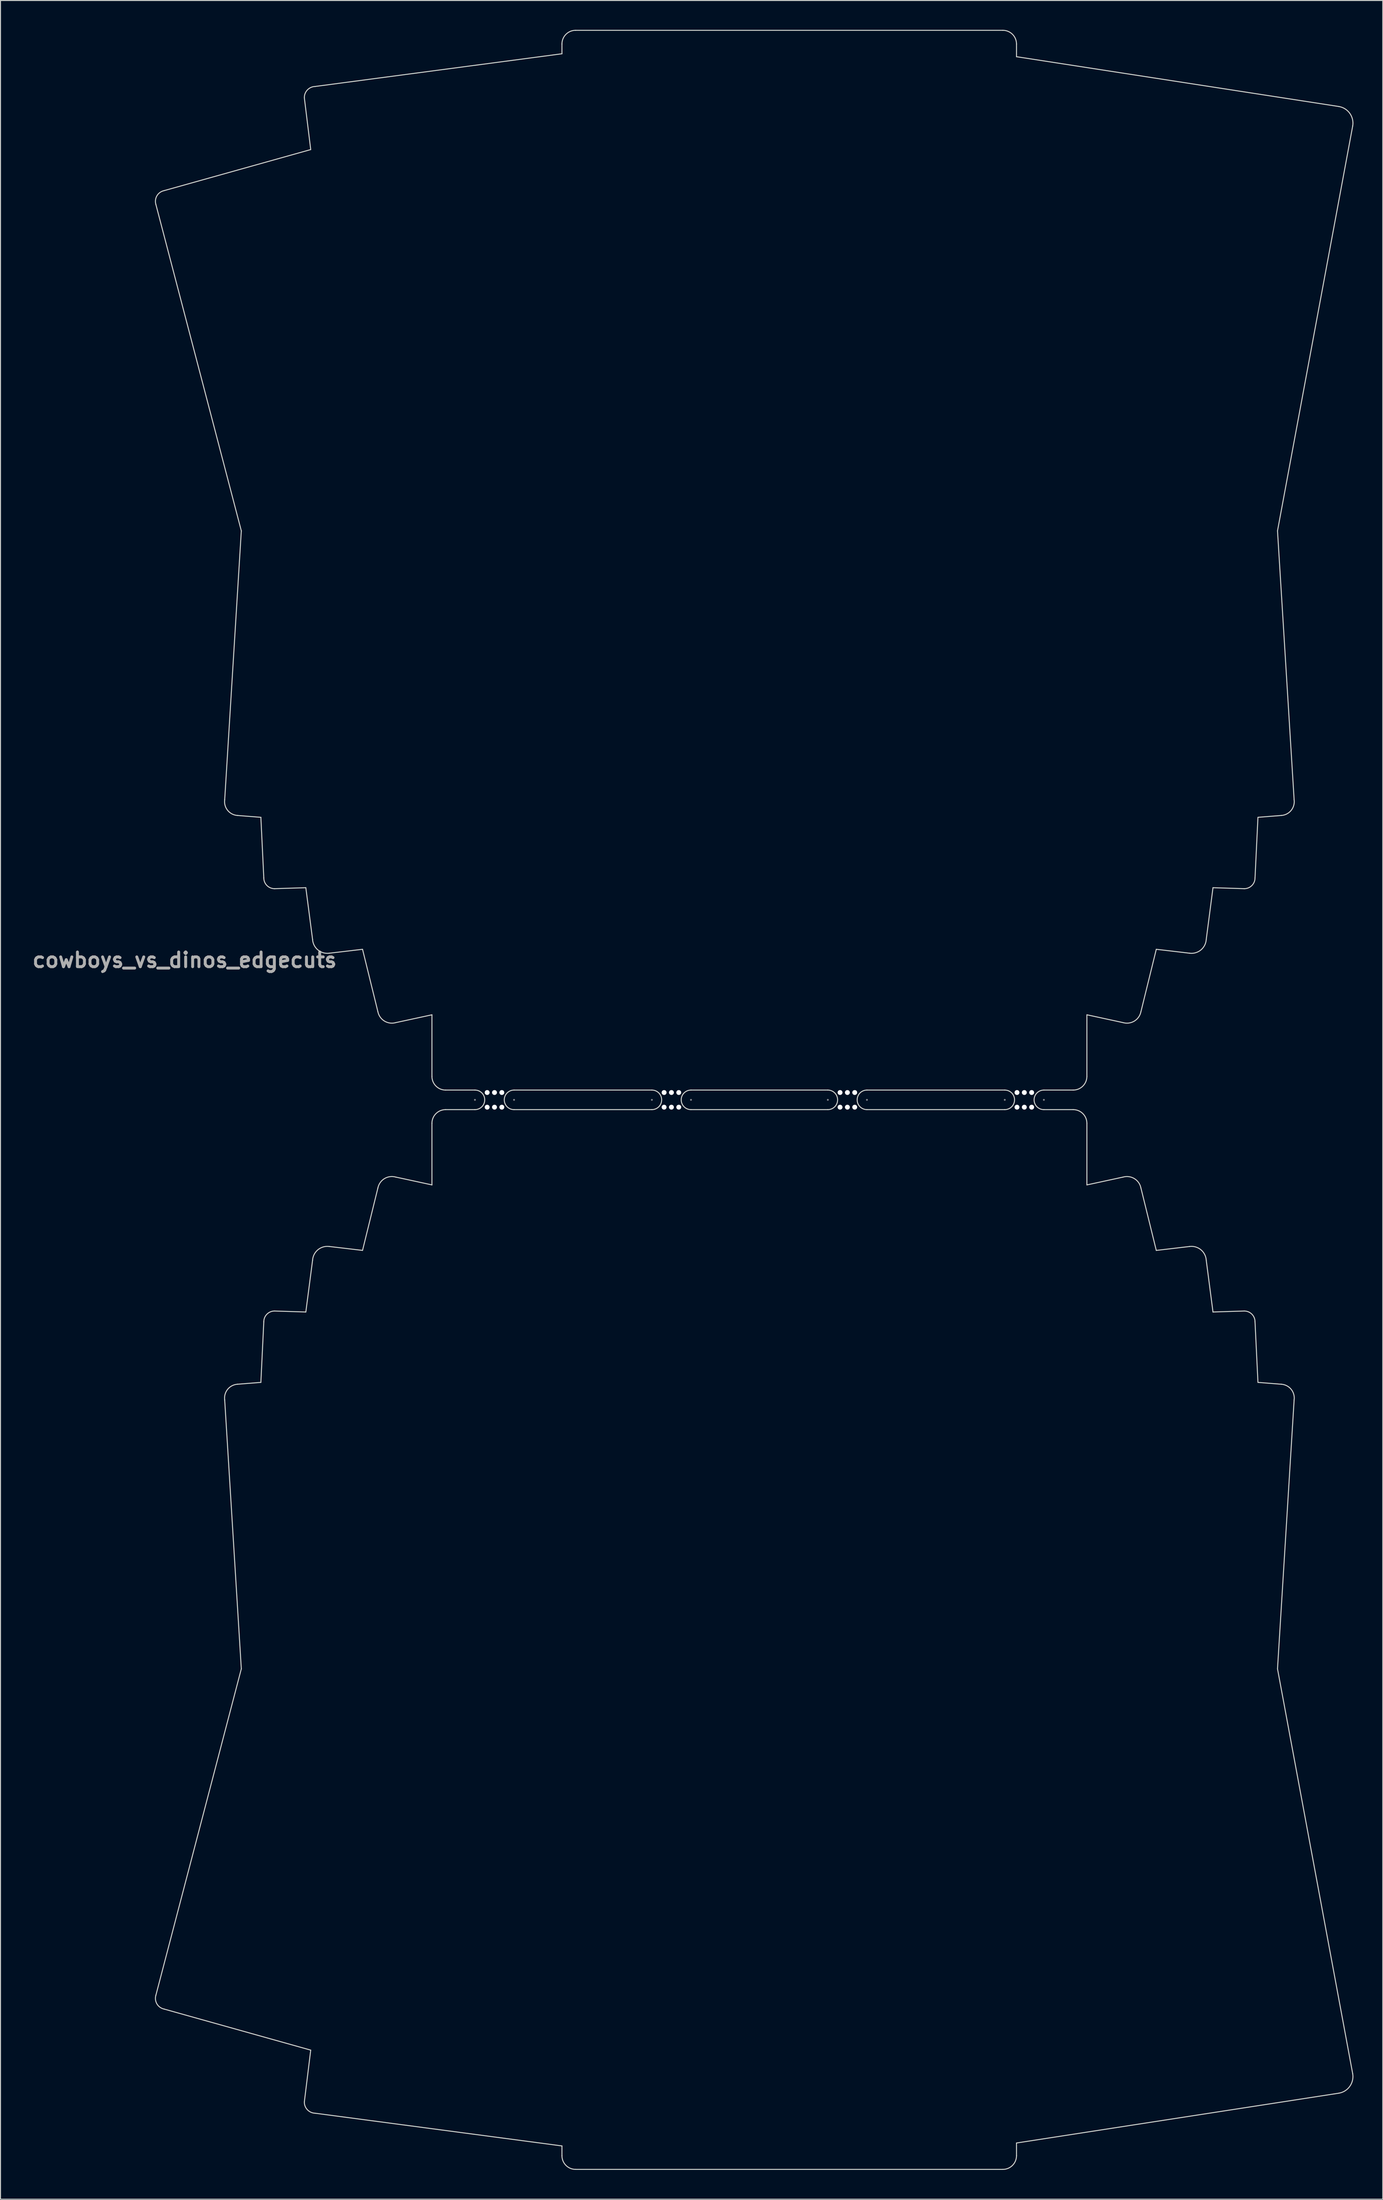
<source format=kicad_pcb>
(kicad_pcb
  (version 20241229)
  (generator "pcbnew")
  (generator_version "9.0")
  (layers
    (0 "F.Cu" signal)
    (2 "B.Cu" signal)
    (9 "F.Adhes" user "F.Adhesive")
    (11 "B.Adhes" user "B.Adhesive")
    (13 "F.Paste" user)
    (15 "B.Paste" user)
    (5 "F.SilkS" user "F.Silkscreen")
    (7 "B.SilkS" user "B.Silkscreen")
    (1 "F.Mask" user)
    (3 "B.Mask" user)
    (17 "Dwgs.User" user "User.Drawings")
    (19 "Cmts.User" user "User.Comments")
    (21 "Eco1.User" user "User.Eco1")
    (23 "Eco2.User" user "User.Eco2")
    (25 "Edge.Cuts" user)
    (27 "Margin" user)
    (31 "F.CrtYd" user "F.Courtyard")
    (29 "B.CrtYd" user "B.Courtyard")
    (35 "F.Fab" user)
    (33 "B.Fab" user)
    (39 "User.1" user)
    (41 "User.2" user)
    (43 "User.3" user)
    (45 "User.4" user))
  (footprint "cowboys_vs_dinos_edgecuts"
    (layer "F.Cu")
    (at 74.636 53.45)
    (property "Reference" "cowboys_vs_dinos_edgecuts" (at -58.8 41.7 0) (layer "F.Fab") (effects (font (size 1.5 1.5) (thickness 0.3))))
    (attr board_only exclude_from_pos_files exclude_from_bom)
    (fp_circle (center -29.1 56) (end -29.1 55.94) (stroke (width 0.05) (type solid)) (fill no) (layer "Dwgs.User"))
    (fp_circle (center -25.1 56) (end -25.04 56) (stroke (width 0.05) (type solid)) (fill no) (layer "Dwgs.User"))
    (fp_circle (center -11 56) (end -11 55.94) (stroke (width 0.05) (type solid)) (fill no) (layer "Dwgs.User"))
    (fp_circle (center -7 56) (end -6.94 56) (stroke (width 0.05) (type solid)) (fill no) (layer "Dwgs.User"))
    (fp_circle (center 7 56) (end 7 55.94) (stroke (width 0.05) (type solid)) (fill no) (layer "Dwgs.User"))
    (fp_circle (center 11 56) (end 11.06 56) (stroke (width 0.05) (type solid)) (fill no) (layer "Dwgs.User"))
    (fp_circle (center 25.1 56) (end 25.1 55.94) (stroke (width 0.05) (type solid)) (fill no) (layer "Dwgs.User"))
    (fp_circle (center 29.1 56) (end 29.16 56) (stroke (width 0.05) (type solid)) (fill no) (layer "Dwgs.User"))
    (fp_line (start -29.1 56) (end -29.1 56) (stroke (width 2) (type solid)) (layer "Eco1.User"))
    (fp_line (start -25.1 56) (end -25.1 56) (stroke (width 2) (type solid)) (layer "Eco1.User"))
    (fp_line (start -11 56) (end -11 56) (stroke (width 2) (type solid)) (layer "Eco1.User"))
    (fp_line (start -7 56) (end -7 56) (stroke (width 2) (type solid)) (layer "Eco1.User"))
    (fp_line (start 7 56) (end 7 56) (stroke (width 2) (type solid)) (layer "Eco1.User"))
    (fp_line (start 11 56) (end 11 56) (stroke (width 2) (type solid)) (layer "Eco1.User"))
    (fp_line (start 25.1 56) (end 25.1 56) (stroke (width 2) (type solid)) (layer "Eco1.User"))
    (fp_line (start 29.1 56) (end 29.1 56) (stroke (width 2) (type solid)) (layer "Eco1.User"))
    (fp_line (start -61.738 -35.583) (end -53 -2.2) (stroke (width 0.1) (type default)) (layer "Edge.Cuts"))
    (fp_line (start -61.738 147.583) (end -53 114.2) (stroke (width 0.1) (type default)) (layer "Edge.Cuts"))
    (fp_line (start -53.394 26.911) (end -51 27.1) (stroke (width 0.1) (type default)) (layer "Edge.Cuts"))
    (fp_line (start -53.394 85.089) (end -51 84.9) (stroke (width 0.1) (type default)) (layer "Edge.Cuts"))
    (fp_line (start -53 -2.2) (end -54.7 25.301) (stroke (width 0.1) (type default)) (layer "Edge.Cuts"))
    (fp_line (start -53 114.2) (end -54.7 86.699) (stroke (width 0.1) (type default)) (layer "Edge.Cuts"))
    (fp_line (start -51 27.1) (end -50.7 33.3) (stroke (width 0.1) (type default)) (layer "Edge.Cuts"))
    (fp_line (start -51 84.9) (end -50.7 78.7) (stroke (width 0.1) (type default)) (layer "Edge.Cuts"))
    (fp_line (start -49.6 34.4) (end -46.4 34.3) (stroke (width 0.1) (type default)) (layer "Edge.Cuts"))
    (fp_line (start -49.6 77.6) (end -46.4 77.7) (stroke (width 0.1) (type default)) (layer "Edge.Cuts"))
    (fp_line (start -46.553 -46.503) (end -45.9 -41.2) (stroke (width 0.1) (type default)) (layer "Edge.Cuts"))
    (fp_line (start -46.553 158.503) (end -45.9 153.2) (stroke (width 0.1) (type default)) (layer "Edge.Cuts"))
    (fp_line (start -46.4 34.3) (end -45.71 39.594) (stroke (width 0.1) (type default)) (layer "Edge.Cuts"))
    (fp_line (start -46.4 77.7) (end -45.71 72.406) (stroke (width 0.1) (type default)) (layer "Edge.Cuts"))
    (fp_line (start -45.9 -41.2) (end -60.9 -37) (stroke (width 0.1) (type default)) (layer "Edge.Cuts"))
    (fp_line (start -45.9 153.2) (end -60.9 149) (stroke (width 0.1) (type default)) (layer "Edge.Cuts"))
    (fp_line (start -44 41) (end -40.6 40.6) (stroke (width 0.1) (type default)) (layer "Edge.Cuts"))
    (fp_line (start -44 71) (end -40.6 71.4) (stroke (width 0.1) (type default)) (layer "Edge.Cuts"))
    (fp_line (start -40.6 40.6) (end -39.028 46.986) (stroke (width 0.1) (type default)) (layer "Edge.Cuts"))
    (fp_line (start -40.6 71.4) (end -39.028 65.014) (stroke (width 0.1) (type default)) (layer "Edge.Cuts"))
    (fp_line (start -37.2 48.1) (end -33.5 47.3) (stroke (width 0.1) (type default)) (layer "Edge.Cuts"))
    (fp_line (start -37.2 63.9) (end -33.5 64.7) (stroke (width 0.1) (type default)) (layer "Edge.Cuts"))
    (fp_line (start -33.5 47.3) (end -33.5 53.6) (stroke (width 0.1) (type default)) (layer "Edge.Cuts"))
    (fp_line (start -33.5 64.7) (end -33.5 58.4) (stroke (width 0.1) (type default)) (layer "Edge.Cuts"))
    (fp_line (start -29.1 55) (end -32.1 55) (stroke (width 0.1) (type default)) (layer "Edge.Cuts"))
    (fp_line (start -29.1 57) (end -32.1 57) (stroke (width 0.1) (type default)) (layer "Edge.Cuts"))
    (fp_line (start -25.1 55) (end -11 55) (stroke (width 0.1) (type default)) (layer "Edge.Cuts"))
    (fp_line (start -25.1 57) (end -11 57) (stroke (width 0.1) (type default)) (layer "Edge.Cuts"))
    (fp_line (start -20.2 -52) (end -20.2 -51) (stroke (width 0.1) (type default)) (layer "Edge.Cuts"))
    (fp_line (start -20.2 -51) (end -45.451 -47.655) (stroke (width 0.1) (type default)) (layer "Edge.Cuts"))
    (fp_line (start -20.2 163) (end -45.451 159.655) (stroke (width 0.1) (type default)) (layer "Edge.Cuts"))
    (fp_line (start -20.2 164) (end -20.2 163) (stroke (width 0.1) (type default)) (layer "Edge.Cuts"))
    (fp_line (start -18.8 -53.4) (end 24.9 -53.4) (stroke (width 0.1) (type default)) (layer "Edge.Cuts"))
    (fp_line (start -18.8 165.4) (end 24.9 165.4) (stroke (width 0.1) (type default)) (layer "Edge.Cuts"))
    (fp_line (start -7 55) (end 7 55) (stroke (width 0.1) (type default)) (layer "Edge.Cuts"))
    (fp_line (start -7 57) (end 7 57) (stroke (width 0.1) (type default)) (layer "Edge.Cuts"))
    (fp_line (start 11 55) (end 25.1 55) (stroke (width 0.1) (type default)) (layer "Edge.Cuts"))
    (fp_line (start 11 57) (end 25.1 57) (stroke (width 0.1) (type default)) (layer "Edge.Cuts"))
    (fp_line (start 26.3 -52) (end 26.3 -50.7) (stroke (width 0.1) (type default)) (layer "Edge.Cuts"))
    (fp_line (start 26.3 -50.7) (end 59.291 -45.603) (stroke (width 0.1) (type default)) (layer "Edge.Cuts"))
    (fp_line (start 26.3 162.7) (end 59.291 157.603) (stroke (width 0.1) (type default)) (layer "Edge.Cuts"))
    (fp_line (start 26.3 164) (end 26.3 162.7) (stroke (width 0.1) (type default)) (layer "Edge.Cuts"))
    (fp_line (start 32.1 55) (end 29.1 55) (stroke (width 0.1) (type default)) (layer "Edge.Cuts"))
    (fp_line (start 32.1 57) (end 29.1 57) (stroke (width 0.1) (type default)) (layer "Edge.Cuts"))
    (fp_line (start 33.5 47.3) (end 33.5 53.6) (stroke (width 0.1) (type default)) (layer "Edge.Cuts"))
    (fp_line (start 33.5 64.7) (end 33.5 58.4) (stroke (width 0.1) (type default)) (layer "Edge.Cuts"))
    (fp_line (start 37.2 48.1) (end 33.5 47.3) (stroke (width 0.1) (type default)) (layer "Edge.Cuts"))
    (fp_line (start 37.2 63.9) (end 33.5 64.7) (stroke (width 0.1) (type default)) (layer "Edge.Cuts"))
    (fp_line (start 40.6 40.6) (end 39.028 46.986) (stroke (width 0.1) (type default)) (layer "Edge.Cuts"))
    (fp_line (start 40.6 71.4) (end 39.028 65.014) (stroke (width 0.1) (type default)) (layer "Edge.Cuts"))
    (fp_line (start 44 41) (end 40.6 40.6) (stroke (width 0.1) (type default)) (layer "Edge.Cuts"))
    (fp_line (start 44 71) (end 40.6 71.4) (stroke (width 0.1) (type default)) (layer "Edge.Cuts"))
    (fp_line (start 46.4 34.3) (end 45.71 39.594) (stroke (width 0.1) (type default)) (layer "Edge.Cuts"))
    (fp_line (start 46.4 77.7) (end 45.71 72.406) (stroke (width 0.1) (type default)) (layer "Edge.Cuts"))
    (fp_line (start 49.6 34.4) (end 46.4 34.3) (stroke (width 0.1) (type default)) (layer "Edge.Cuts"))
    (fp_line (start 49.6 77.6) (end 46.4 77.7) (stroke (width 0.1) (type default)) (layer "Edge.Cuts"))
    (fp_line (start 51 27.1) (end 50.7 33.3) (stroke (width 0.1) (type default)) (layer "Edge.Cuts"))
    (fp_line (start 51 84.9) (end 50.7 78.7) (stroke (width 0.1) (type default)) (layer "Edge.Cuts"))
    (fp_line (start 53 -2.2) (end 54.7 25.301) (stroke (width 0.1) (type default)) (layer "Edge.Cuts"))
    (fp_line (start 53 114.2) (end 54.7 86.699) (stroke (width 0.1) (type default)) (layer "Edge.Cuts"))
    (fp_line (start 53.394 26.911) (end 51 27.1) (stroke (width 0.1) (type default)) (layer "Edge.Cuts"))
    (fp_line (start 53.394 85.089) (end 51 84.9) (stroke (width 0.1) (type default)) (layer "Edge.Cuts"))
    (fp_line (start 60.693 -43.62) (end 53 -2.2) (stroke (width 0.1) (type default)) (layer "Edge.Cuts"))
    (fp_line (start 60.693 155.62) (end 53 114.2) (stroke (width 0.1) (type default)) (layer "Edge.Cuts"))
    (fp_arc (start -61.737792 -35.583291) (mid -61.630819 -36.476106) (end -60.9 -37) (stroke (width 0.1) (type default)) (layer "Edge.Cuts"))
    (fp_arc (start -60.9 149) (mid -61.630819 148.476106) (end -61.737792 147.583291) (stroke (width 0.1) (type default)) (layer "Edge.Cuts"))
    (fp_arc (start -54.7 86.698686) (mid -54.398062 85.609084) (end -53.39406 85.089104) (stroke (width 0.1) (type default)) (layer "Edge.Cuts"))
    (fp_arc (start -53.39406 26.910896) (mid -54.398062 26.390917) (end -54.7 25.301314) (stroke (width 0.1) (type default)) (layer "Edge.Cuts"))
    (fp_arc (start -50.7 78.7) (mid -50.377817 77.922183) (end -49.6 77.6) (stroke (width 0.1) (type default)) (layer "Edge.Cuts"))
    (fp_arc (start -49.6 34.4) (mid -50.377817 34.077817) (end -50.7 33.3) (stroke (width 0.1) (type default)) (layer "Edge.Cuts"))
    (fp_arc (start -46.552505 -46.503215) (mid -46.237169 -47.304269) (end -45.450789 -47.654599) (stroke (width 0.1) (type default)) (layer "Edge.Cuts"))
    (fp_arc (start -45.709968 72.400024) (mid -45.158655 71.329113) (end -44 71.000002) (stroke (width 0.1) (type default)) (layer "Edge.Cuts"))
    (fp_arc (start -45.450789 159.654599) (mid -46.237169 159.304269) (end -46.552505 158.503215) (stroke (width 0.1) (type default)) (layer "Edge.Cuts"))
    (fp_arc (start -44 40.999998) (mid -45.158655 40.670887) (end -45.709968 39.599976) (stroke (width 0.1) (type default)) (layer "Edge.Cuts"))
    (fp_arc (start -39.027746 65.014451) (mid -38.358001 64.056846) (end -37.2 63.900001) (stroke (width 0.1) (type default)) (layer "Edge.Cuts"))
    (fp_arc (start -37.2 48.099999) (mid -38.358 47.943154) (end -39.027746 46.985549) (stroke (width 0.1) (type default)) (layer "Edge.Cuts"))
    (fp_arc (start -33.5 58.4) (mid -33.089949 57.410051) (end -32.1 57) (stroke (width 0.1) (type default)) (layer "Edge.Cuts"))
    (fp_arc (start -32.1 55) (mid -33.089949 54.589949) (end -33.5 53.6) (stroke (width 0.1) (type default)) (layer "Edge.Cuts"))
    (fp_arc (start -29.1 55) (mid -28.1 56) (end -29.1 57) (stroke (width 0.1) (type solid)) (layer "Edge.Cuts"))
    (fp_arc (start -25.1 57) (mid -26.1 56) (end -25.1 55) (stroke (width 0.1) (type solid)) (layer "Edge.Cuts"))
    (fp_arc (start -20.2 -52) (mid -19.789949 -52.989949) (end -18.8 -53.4) (stroke (width 0.1) (type default)) (layer "Edge.Cuts"))
    (fp_arc (start -18.8 165.4) (mid -19.789949 164.989949) (end -20.2 164) (stroke (width 0.1) (type default)) (layer "Edge.Cuts"))
    (fp_arc (start -11 55) (mid -10 56) (end -11 57) (stroke (width 0.1) (type solid)) (layer "Edge.Cuts"))
    (fp_arc (start -7 57) (mid -8 56) (end -7 55) (stroke (width 0.1) (type solid)) (layer "Edge.Cuts"))
    (fp_arc (start 7 55) (mid 8 56) (end 7 57) (stroke (width 0.1) (type solid)) (layer "Edge.Cuts"))
    (fp_arc (start 11 57) (mid 10 56) (end 11 55) (stroke (width 0.1) (type solid)) (layer "Edge.Cuts"))
    (fp_arc (start 24.9 -53.4) (mid 25.88995 -52.98995) (end 26.3 -52) (stroke (width 0.1) (type default)) (layer "Edge.Cuts"))
    (fp_arc (start 25.1 55) (mid 26.1 56) (end 25.1 57) (stroke (width 0.1) (type solid)) (layer "Edge.Cuts"))
    (fp_arc (start 26.3 164) (mid 25.88995 164.98995) (end 24.9 165.4) (stroke (width 0.1) (type default)) (layer "Edge.Cuts"))
    (fp_arc (start 29.1 57) (mid 28.1 56) (end 29.1 55) (stroke (width 0.1) (type solid)) (layer "Edge.Cuts"))
    (fp_arc (start 32.1 57) (mid 33.08995 57.41005) (end 33.5 58.4) (stroke (width 0.1) (type default)) (layer "Edge.Cuts"))
    (fp_arc (start 33.5 53.6) (mid 33.08995 54.58995) (end 32.1 55) (stroke (width 0.1) (type default)) (layer "Edge.Cuts"))
    (fp_arc (start 37.2 63.900001) (mid 38.358001 64.056846) (end 39.027746 65.014451) (stroke (width 0.1) (type default)) (layer "Edge.Cuts"))
    (fp_arc (start 39.027746 46.985549) (mid 38.358001 47.943153) (end 37.2 48.099999) (stroke (width 0.1) (type default)) (layer "Edge.Cuts"))
    (fp_arc (start 44 71.000001) (mid 45.160818 71.330886) (end 45.710327 72.405605) (stroke (width 0.1) (type default)) (layer "Edge.Cuts"))
    (fp_arc (start 45.710327 39.594395) (mid 45.160818 40.669114) (end 44 40.999999) (stroke (width 0.1) (type default)) (layer "Edge.Cuts"))
    (fp_arc (start 49.6 77.6) (mid 50.377817 77.922183) (end 50.7 78.7) (stroke (width 0.1) (type default)) (layer "Edge.Cuts"))
    (fp_arc (start 50.7 33.3) (mid 50.377817 34.077817) (end 49.6 34.4) (stroke (width 0.1) (type default)) (layer "Edge.Cuts"))
    (fp_arc (start 53.39406 85.089104) (mid 54.398062 85.609084) (end 54.7 86.698686) (stroke (width 0.1) (type default)) (layer "Edge.Cuts"))
    (fp_arc (start 54.7 25.301314) (mid 54.398063 26.390916) (end 53.39406 26.910896) (stroke (width 0.1) (type default)) (layer "Edge.Cuts"))
    (fp_arc (start 59.290517 -45.603327) (mid 60.399992 -44.899994) (end 60.693296 -43.619531) (stroke (width 0.1) (type default)) (layer "Edge.Cuts"))
    (fp_arc (start 60.693296 155.619531) (mid 60.399994 156.899997) (end 59.290517 157.603327) (stroke (width 0.1) (type default)) (layer "Edge.Cuts"))
    (pad "" np_thru_hole circle (at -27.85 55.25) (size 0.5 0.5) (drill 0.5) (layers "*.Cu" "*.Mask"))
    (pad "" np_thru_hole circle (at -27.85 56.75) (size 0.5 0.5) (drill 0.5) (layers "*.Cu" "*.Mask"))
    (pad "" np_thru_hole circle (at -27.1 55.25) (size 0.5 0.5) (drill 0.5) (layers "*.Cu" "*.Mask"))
    (pad "" np_thru_hole circle (at -27.1 56.75) (size 0.5 0.5) (drill 0.5) (layers "*.Cu" "*.Mask"))
    (pad "" np_thru_hole circle (at -26.35 55.25) (size 0.5 0.5) (drill 0.5) (layers "*.Cu" "*.Mask"))
    (pad "" np_thru_hole circle (at -26.35 56.75) (size 0.5 0.5) (drill 0.5) (layers "*.Cu" "*.Mask"))
    (pad "" np_thru_hole circle (at -9.75 55.25) (size 0.5 0.5) (drill 0.5) (layers "*.Cu" "*.Mask"))
    (pad "" np_thru_hole circle (at -9.75 56.75) (size 0.5 0.5) (drill 0.5) (layers "*.Cu" "*.Mask"))
    (pad "" np_thru_hole circle (at -9 55.25) (size 0.5 0.5) (drill 0.5) (layers "*.Cu" "*.Mask"))
    (pad "" np_thru_hole circle (at -9 56.75) (size 0.5 0.5) (drill 0.5) (layers "*.Cu" "*.Mask"))
    (pad "" np_thru_hole circle (at -8.25 55.25) (size 0.5 0.5) (drill 0.5) (layers "*.Cu" "*.Mask"))
    (pad "" np_thru_hole circle (at -8.25 56.75) (size 0.5 0.5) (drill 0.5) (layers "*.Cu" "*.Mask"))
    (pad "" np_thru_hole circle (at 8.25 55.25) (size 0.5 0.5) (drill 0.5) (layers "*.Cu" "*.Mask"))
    (pad "" np_thru_hole circle (at 8.25 56.75) (size 0.5 0.5) (drill 0.5) (layers "*.Cu" "*.Mask"))
    (pad "" np_thru_hole circle (at 9 55.25) (size 0.5 0.5) (drill 0.5) (layers "*.Cu" "*.Mask"))
    (pad "" np_thru_hole circle (at 9 56.75) (size 0.5 0.5) (drill 0.5) (layers "*.Cu" "*.Mask"))
    (pad "" np_thru_hole circle (at 9.75 55.25) (size 0.5 0.5) (drill 0.5) (layers "*.Cu" "*.Mask"))
    (pad "" np_thru_hole circle (at 9.75 56.75) (size 0.5 0.5) (drill 0.5) (layers "*.Cu" "*.Mask"))
    (pad "" np_thru_hole circle (at 26.35 55.25) (size 0.5 0.5) (drill 0.5) (layers "*.Cu" "*.Mask"))
    (pad "" np_thru_hole circle (at 26.35 56.75) (size 0.5 0.5) (drill 0.5) (layers "*.Cu" "*.Mask"))
    (pad "" np_thru_hole circle (at 27.1 55.25) (size 0.5 0.5) (drill 0.5) (layers "*.Cu" "*.Mask"))
    (pad "" np_thru_hole circle (at 27.1 56.75) (size 0.5 0.5) (drill 0.5) (layers "*.Cu" "*.Mask"))
    (pad "" np_thru_hole circle (at 27.85 55.25) (size 0.5 0.5) (drill 0.5) (layers "*.Cu" "*.Mask"))
    (pad "" np_thru_hole circle (at 27.85 56.75) (size 0.5 0.5) (drill 0.5) (layers "*.Cu" "*.Mask")))
  (gr_rect
    (start -3 -3)
    (end 138.403 221.9)
    (stroke (width 0.1) (type default))
    (fill no)
    (layer "Edge.Cuts")))
</source>
